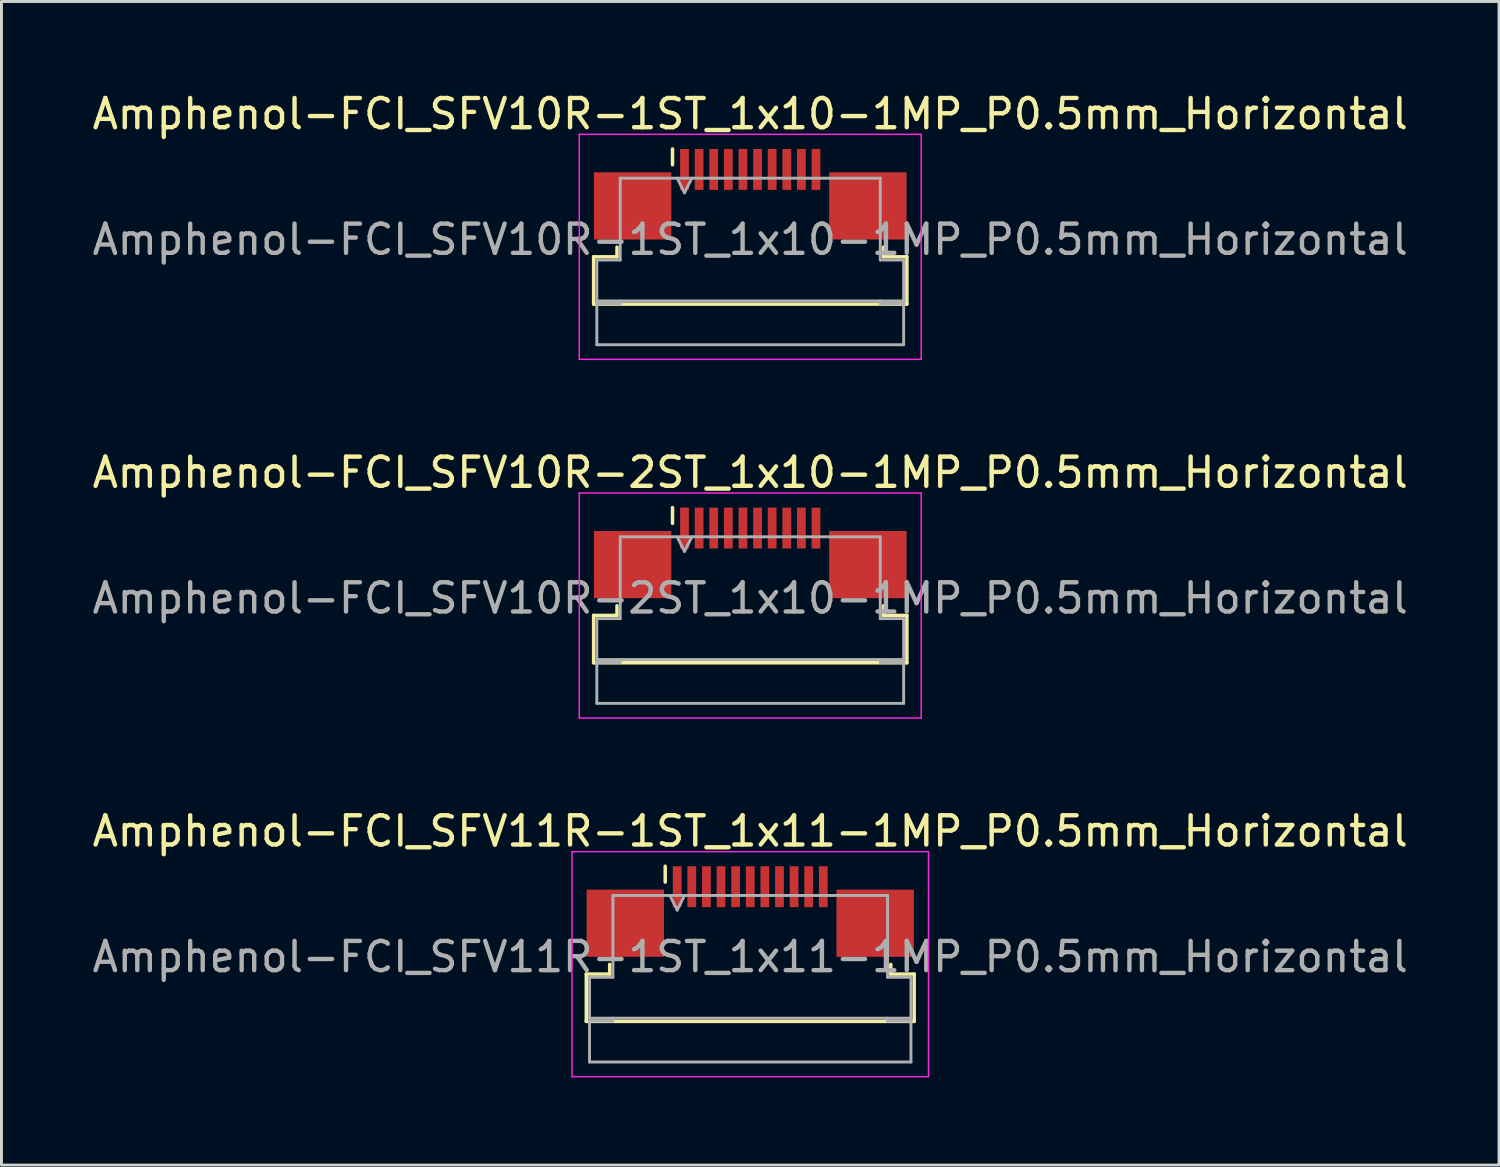
<source format=kicad_pcb>
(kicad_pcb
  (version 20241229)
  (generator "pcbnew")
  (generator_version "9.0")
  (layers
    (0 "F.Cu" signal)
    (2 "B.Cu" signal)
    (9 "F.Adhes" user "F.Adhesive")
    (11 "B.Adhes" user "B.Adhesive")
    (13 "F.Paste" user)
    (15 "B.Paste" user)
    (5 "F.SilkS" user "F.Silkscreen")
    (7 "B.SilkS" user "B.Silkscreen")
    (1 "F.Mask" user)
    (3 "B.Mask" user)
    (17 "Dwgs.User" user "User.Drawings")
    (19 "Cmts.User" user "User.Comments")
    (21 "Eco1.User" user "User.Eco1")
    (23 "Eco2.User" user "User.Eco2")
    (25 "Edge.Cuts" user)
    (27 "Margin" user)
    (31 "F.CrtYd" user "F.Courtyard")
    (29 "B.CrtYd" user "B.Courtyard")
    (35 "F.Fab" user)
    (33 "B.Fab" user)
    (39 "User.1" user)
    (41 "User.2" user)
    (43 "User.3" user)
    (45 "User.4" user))
  (footprint "Amphenol-FCI_SFV11R-1ST_1x11-1MP_P0.5mm_Horizontal"
    (layer "F.Cu")
    (at 22.625 29.295)
    (property "Reference" "Amphenol-FCI_SFV11R-1ST_1x11-1MP_P0.5mm_Horizontal" (at 0 -3.9 0) (layer "F.SilkS") (effects (font (size 1 1) (thickness 0.15))))
    (attr smd)
    (fp_line (start -5.61 0.99) (end -4.81 0.99) (stroke (width 0.12) (type solid)) (layer "F.SilkS"))
    (fp_line (start -5.61 2.61) (end -5.61 0.99) (stroke (width 0.12) (type solid)) (layer "F.SilkS"))
    (fp_line (start -4.81 0.99) (end -4.81 0.66) (stroke (width 0.12) (type solid)) (layer "F.SilkS"))
    (fp_line (start -2.91 -2.16) (end -2.91 -2.7) (stroke (width 0.12) (type solid)) (layer "F.SilkS"))
    (fp_line (start 4.81 0.66) (end 4.81 0.99) (stroke (width 0.12) (type solid)) (layer "F.SilkS"))
    (fp_line (start 4.81 0.99) (end 5.61 0.99) (stroke (width 0.12) (type solid)) (layer "F.SilkS"))
    (fp_line (start 5.61 0.99) (end 5.61 2.61) (stroke (width 0.12) (type solid)) (layer "F.SilkS"))
    (fp_line (start 5.61 2.61) (end -5.61 2.61) (stroke (width 0.12) (type solid)) (layer "F.SilkS"))
    (fp_line (start -6.1 -3.2) (end -6.1 4.5) (stroke (width 0.05) (type solid)) (layer "F.CrtYd"))
    (fp_line (start -6.1 4.5) (end 6.1 4.5) (stroke (width 0.05) (type solid)) (layer "F.CrtYd"))
    (fp_line (start 6.1 -3.2) (end -6.1 -3.2) (stroke (width 0.05) (type solid)) (layer "F.CrtYd"))
    (fp_line (start 6.1 4.5) (end 6.1 -3.2) (stroke (width 0.05) (type solid)) (layer "F.CrtYd"))
    (fp_line (start -5.5 1.1) (end -4.7 1.1) (stroke (width 0.1) (type solid)) (layer "F.Fab"))
    (fp_line (start -5.5 2.5) (end -5.5 1.1) (stroke (width 0.1) (type solid)) (layer "F.Fab"))
    (fp_line (start -5.5 2.6) (end -4.7 2.6) (stroke (width 0.1) (type solid)) (layer "F.Fab"))
    (fp_line (start -5.5 4) (end -5.5 2.6) (stroke (width 0.1) (type solid)) (layer "F.Fab"))
    (fp_line (start -4.7 -1.7) (end 4.7 -1.7) (stroke (width 0.1) (type solid)) (layer "F.Fab"))
    (fp_line (start -4.7 1.1) (end -4.7 -1.7) (stroke (width 0.1) (type solid)) (layer "F.Fab"))
    (fp_line (start -4.7 2.6) (end -4.7 2.5) (stroke (width 0.1) (type solid)) (layer "F.Fab"))
    (fp_line (start -2.75 -1.7) (end -2.5 -1.2) (stroke (width 0.1) (type solid)) (layer "F.Fab"))
    (fp_line (start -2.5 -1.2) (end -2.25 -1.7) (stroke (width 0.1) (type solid)) (layer "F.Fab"))
    (fp_line (start 4.7 -1.7) (end 4.7 1.1) (stroke (width 0.1) (type solid)) (layer "F.Fab"))
    (fp_line (start 4.7 1.1) (end 5.5 1.1) (stroke (width 0.1) (type solid)) (layer "F.Fab"))
    (fp_line (start 4.7 2.5) (end 4.7 2.6) (stroke (width 0.1) (type solid)) (layer "F.Fab"))
    (fp_line (start 4.7 2.6) (end 5.5 2.6) (stroke (width 0.1) (type solid)) (layer "F.Fab"))
    (fp_line (start 5.5 1.1) (end 5.5 2.5) (stroke (width 0.1) (type solid)) (layer "F.Fab"))
    (fp_line (start 5.5 2.5) (end -5.5 2.5) (stroke (width 0.1) (type solid)) (layer "F.Fab"))
    (fp_line (start 5.5 2.6) (end 5.5 4) (stroke (width 0.1) (type solid)) (layer "F.Fab"))
    (fp_line (start 5.5 4) (end -5.5 4) (stroke (width 0.1) (type solid)) (layer "F.Fab"))
    (fp_text user "${REFERENCE}" (at 0 0.4 0) (layer "F.Fab") (effects (font (size 1 1) (thickness 0.15))))
    (pad "1" smd rect (at -2.5 -2) (size 0.3 1.4) (layers "F.Cu" "F.Mask" "F.Paste"))
    (pad "2" smd rect (at -2 -2) (size 0.3 1.4) (layers "F.Cu" "F.Mask" "F.Paste"))
    (pad "3" smd rect (at -1.5 -2) (size 0.3 1.4) (layers "F.Cu" "F.Mask" "F.Paste"))
    (pad "4" smd rect (at -1 -2) (size 0.3 1.4) (layers "F.Cu" "F.Mask" "F.Paste"))
    (pad "5" smd rect (at -0.5 -2) (size 0.3 1.4) (layers "F.Cu" "F.Mask" "F.Paste"))
    (pad "6" smd rect (at 0 -2) (size 0.3 1.4) (layers "F.Cu" "F.Mask" "F.Paste"))
    (pad "7" smd rect (at 0.5 -2) (size 0.3 1.4) (layers "F.Cu" "F.Mask" "F.Paste"))
    (pad "8" smd rect (at 1 -2) (size 0.3 1.4) (layers "F.Cu" "F.Mask" "F.Paste"))
    (pad "9" smd rect (at 1.5 -2) (size 0.3 1.4) (layers "F.Cu" "F.Mask" "F.Paste"))
    (pad "10" smd rect (at 2 -2) (size 0.3 1.4) (layers "F.Cu" "F.Mask" "F.Paste"))
    (pad "11" smd rect (at 2.5 -2) (size 0.3 1.4) (layers "F.Cu" "F.Mask" "F.Paste"))
    (pad "MP" smd rect (at -4.275 -0.75) (size 2.65 2.3) (layers "F.Cu" "F.Mask" "F.Paste"))
    (pad "MP" smd rect (at 4.275 -0.75) (size 2.65 2.3) (layers "F.Cu" "F.Mask" "F.Paste")))
  (footprint "Amphenol-FCI_SFV10R-1ST_1x10-1MP_P0.5mm_Horizontal"
    (layer "F.Cu")
    (at 22.625 4.748)
    (property "Reference" "Amphenol-FCI_SFV10R-1ST_1x10-1MP_P0.5mm_Horizontal" (at 0 -3.9 0) (layer "F.SilkS") (effects (font (size 1 1) (thickness 0.15))))
    (attr smd)
    (fp_line (start -5.36 0.99) (end -4.56 0.99) (stroke (width 0.12) (type solid)) (layer "F.SilkS"))
    (fp_line (start -5.36 2.61) (end -5.36 0.99) (stroke (width 0.12) (type solid)) (layer "F.SilkS"))
    (fp_line (start -4.56 0.99) (end -4.56 0.66) (stroke (width 0.12) (type solid)) (layer "F.SilkS"))
    (fp_line (start -2.66 -2.16) (end -2.66 -2.7) (stroke (width 0.12) (type solid)) (layer "F.SilkS"))
    (fp_line (start 4.56 0.66) (end 4.56 0.99) (stroke (width 0.12) (type solid)) (layer "F.SilkS"))
    (fp_line (start 4.56 0.99) (end 5.36 0.99) (stroke (width 0.12) (type solid)) (layer "F.SilkS"))
    (fp_line (start 5.36 0.99) (end 5.36 2.61) (stroke (width 0.12) (type solid)) (layer "F.SilkS"))
    (fp_line (start 5.36 2.61) (end -5.36 2.61) (stroke (width 0.12) (type solid)) (layer "F.SilkS"))
    (fp_line (start -5.85 -3.2) (end -5.85 4.5) (stroke (width 0.05) (type solid)) (layer "F.CrtYd"))
    (fp_line (start -5.85 4.5) (end 5.85 4.5) (stroke (width 0.05) (type solid)) (layer "F.CrtYd"))
    (fp_line (start 5.85 -3.2) (end -5.85 -3.2) (stroke (width 0.05) (type solid)) (layer "F.CrtYd"))
    (fp_line (start 5.85 4.5) (end 5.85 -3.2) (stroke (width 0.05) (type solid)) (layer "F.CrtYd"))
    (fp_line (start -5.25 1.1) (end -4.45 1.1) (stroke (width 0.1) (type solid)) (layer "F.Fab"))
    (fp_line (start -5.25 2.5) (end -5.25 1.1) (stroke (width 0.1) (type solid)) (layer "F.Fab"))
    (fp_line (start -5.25 2.6) (end -4.45 2.6) (stroke (width 0.1) (type solid)) (layer "F.Fab"))
    (fp_line (start -5.25 4) (end -5.25 2.6) (stroke (width 0.1) (type solid)) (layer "F.Fab"))
    (fp_line (start -4.45 -1.7) (end 4.45 -1.7) (stroke (width 0.1) (type solid)) (layer "F.Fab"))
    (fp_line (start -4.45 1.1) (end -4.45 -1.7) (stroke (width 0.1) (type solid)) (layer "F.Fab"))
    (fp_line (start -4.45 2.6) (end -4.45 2.5) (stroke (width 0.1) (type solid)) (layer "F.Fab"))
    (fp_line (start -2.5 -1.7) (end -2.25 -1.2) (stroke (width 0.1) (type solid)) (layer "F.Fab"))
    (fp_line (start -2.25 -1.2) (end -2 -1.7) (stroke (width 0.1) (type solid)) (layer "F.Fab"))
    (fp_line (start 4.45 -1.7) (end 4.45 1.1) (stroke (width 0.1) (type solid)) (layer "F.Fab"))
    (fp_line (start 4.45 1.1) (end 5.25 1.1) (stroke (width 0.1) (type solid)) (layer "F.Fab"))
    (fp_line (start 4.45 2.5) (end 4.45 2.6) (stroke (width 0.1) (type solid)) (layer "F.Fab"))
    (fp_line (start 4.45 2.6) (end 5.25 2.6) (stroke (width 0.1) (type solid)) (layer "F.Fab"))
    (fp_line (start 5.25 1.1) (end 5.25 2.5) (stroke (width 0.1) (type solid)) (layer "F.Fab"))
    (fp_line (start 5.25 2.5) (end -5.25 2.5) (stroke (width 0.1) (type solid)) (layer "F.Fab"))
    (fp_line (start 5.25 2.6) (end 5.25 4) (stroke (width 0.1) (type solid)) (layer "F.Fab"))
    (fp_line (start 5.25 4) (end -5.25 4) (stroke (width 0.1) (type solid)) (layer "F.Fab"))
    (fp_text user "${REFERENCE}" (at 0 0.4 0) (layer "F.Fab") (effects (font (size 1 1) (thickness 0.15))))
    (pad "1" smd rect (at -2.25 -2) (size 0.3 1.4) (layers "F.Cu" "F.Mask" "F.Paste"))
    (pad "2" smd rect (at -1.75 -2) (size 0.3 1.4) (layers "F.Cu" "F.Mask" "F.Paste"))
    (pad "3" smd rect (at -1.25 -2) (size 0.3 1.4) (layers "F.Cu" "F.Mask" "F.Paste"))
    (pad "4" smd rect (at -0.75 -2) (size 0.3 1.4) (layers "F.Cu" "F.Mask" "F.Paste"))
    (pad "5" smd rect (at -0.25 -2) (size 0.3 1.4) (layers "F.Cu" "F.Mask" "F.Paste"))
    (pad "6" smd rect (at 0.25 -2) (size 0.3 1.4) (layers "F.Cu" "F.Mask" "F.Paste"))
    (pad "7" smd rect (at 0.75 -2) (size 0.3 1.4) (layers "F.Cu" "F.Mask" "F.Paste"))
    (pad "8" smd rect (at 1.25 -2) (size 0.3 1.4) (layers "F.Cu" "F.Mask" "F.Paste"))
    (pad "9" smd rect (at 1.75 -2) (size 0.3 1.4) (layers "F.Cu" "F.Mask" "F.Paste"))
    (pad "10" smd rect (at 2.25 -2) (size 0.3 1.4) (layers "F.Cu" "F.Mask" "F.Paste"))
    (pad "MP" smd rect (at -4.025 -0.75) (size 2.65 2.3) (layers "F.Cu" "F.Mask" "F.Paste"))
    (pad "MP" smd rect (at 4.025 -0.75) (size 2.65 2.3) (layers "F.Cu" "F.Mask" "F.Paste")))
  (footprint "Amphenol-FCI_SFV10R-2ST_1x10-1MP_P0.5mm_Horizontal"
    (layer "F.Cu")
    (at 22.625 17.021)
    (property "Reference" "Amphenol-FCI_SFV10R-2ST_1x10-1MP_P0.5mm_Horizontal" (at 0 -3.9 0) (layer "F.SilkS") (effects (font (size 1 1) (thickness 0.15))))
    (attr smd)
    (fp_line (start -5.36 0.99) (end -4.56 0.99) (stroke (width 0.12) (type solid)) (layer "F.SilkS"))
    (fp_line (start -5.36 2.61) (end -5.36 0.99) (stroke (width 0.12) (type solid)) (layer "F.SilkS"))
    (fp_line (start -4.56 0.99) (end -4.56 0.66) (stroke (width 0.12) (type solid)) (layer "F.SilkS"))
    (fp_line (start -2.66 -2.16) (end -2.66 -2.7) (stroke (width 0.12) (type solid)) (layer "F.SilkS"))
    (fp_line (start 4.56 0.66) (end 4.56 0.99) (stroke (width 0.12) (type solid)) (layer "F.SilkS"))
    (fp_line (start 4.56 0.99) (end 5.36 0.99) (stroke (width 0.12) (type solid)) (layer "F.SilkS"))
    (fp_line (start 5.36 0.99) (end 5.36 2.61) (stroke (width 0.12) (type solid)) (layer "F.SilkS"))
    (fp_line (start 5.36 2.61) (end -5.36 2.61) (stroke (width 0.12) (type solid)) (layer "F.SilkS"))
    (fp_line (start -5.85 -3.2) (end -5.85 4.5) (stroke (width 0.05) (type solid)) (layer "F.CrtYd"))
    (fp_line (start -5.85 4.5) (end 5.85 4.5) (stroke (width 0.05) (type solid)) (layer "F.CrtYd"))
    (fp_line (start 5.85 -3.2) (end -5.85 -3.2) (stroke (width 0.05) (type solid)) (layer "F.CrtYd"))
    (fp_line (start 5.85 4.5) (end 5.85 -3.2) (stroke (width 0.05) (type solid)) (layer "F.CrtYd"))
    (fp_line (start -5.25 1.1) (end -4.45 1.1) (stroke (width 0.1) (type solid)) (layer "F.Fab"))
    (fp_line (start -5.25 2.5) (end -5.25 1.1) (stroke (width 0.1) (type solid)) (layer "F.Fab"))
    (fp_line (start -5.25 2.6) (end -4.45 2.6) (stroke (width 0.1) (type solid)) (layer "F.Fab"))
    (fp_line (start -5.25 4) (end -5.25 2.6) (stroke (width 0.1) (type solid)) (layer "F.Fab"))
    (fp_line (start -4.45 -1.7) (end 4.45 -1.7) (stroke (width 0.1) (type solid)) (layer "F.Fab"))
    (fp_line (start -4.45 1.1) (end -4.45 -1.7) (stroke (width 0.1) (type solid)) (layer "F.Fab"))
    (fp_line (start -4.45 2.6) (end -4.45 2.5) (stroke (width 0.1) (type solid)) (layer "F.Fab"))
    (fp_line (start -2.5 -1.7) (end -2.25 -1.2) (stroke (width 0.1) (type solid)) (layer "F.Fab"))
    (fp_line (start -2.25 -1.2) (end -2 -1.7) (stroke (width 0.1) (type solid)) (layer "F.Fab"))
    (fp_line (start 4.45 -1.7) (end 4.45 1.1) (stroke (width 0.1) (type solid)) (layer "F.Fab"))
    (fp_line (start 4.45 1.1) (end 5.25 1.1) (stroke (width 0.1) (type solid)) (layer "F.Fab"))
    (fp_line (start 4.45 2.5) (end 4.45 2.6) (stroke (width 0.1) (type solid)) (layer "F.Fab"))
    (fp_line (start 4.45 2.6) (end 5.25 2.6) (stroke (width 0.1) (type solid)) (layer "F.Fab"))
    (fp_line (start 5.25 1.1) (end 5.25 2.5) (stroke (width 0.1) (type solid)) (layer "F.Fab"))
    (fp_line (start 5.25 2.5) (end -5.25 2.5) (stroke (width 0.1) (type solid)) (layer "F.Fab"))
    (fp_line (start 5.25 2.6) (end 5.25 4) (stroke (width 0.1) (type solid)) (layer "F.Fab"))
    (fp_line (start 5.25 4) (end -5.25 4) (stroke (width 0.1) (type solid)) (layer "F.Fab"))
    (fp_text user "${REFERENCE}" (at 0 0.4 0) (layer "F.Fab") (effects (font (size 1 1) (thickness 0.15))))
    (pad "1" smd rect (at -2.25 -2) (size 0.3 1.4) (layers "F.Cu" "F.Mask" "F.Paste"))
    (pad "2" smd rect (at -1.75 -2) (size 0.3 1.4) (layers "F.Cu" "F.Mask" "F.Paste"))
    (pad "3" smd rect (at -1.25 -2) (size 0.3 1.4) (layers "F.Cu" "F.Mask" "F.Paste"))
    (pad "4" smd rect (at -0.75 -2) (size 0.3 1.4) (layers "F.Cu" "F.Mask" "F.Paste"))
    (pad "5" smd rect (at -0.25 -2) (size 0.3 1.4) (layers "F.Cu" "F.Mask" "F.Paste"))
    (pad "6" smd rect (at 0.25 -2) (size 0.3 1.4) (layers "F.Cu" "F.Mask" "F.Paste"))
    (pad "7" smd rect (at 0.75 -2) (size 0.3 1.4) (layers "F.Cu" "F.Mask" "F.Paste"))
    (pad "8" smd rect (at 1.25 -2) (size 0.3 1.4) (layers "F.Cu" "F.Mask" "F.Paste"))
    (pad "9" smd rect (at 1.75 -2) (size 0.3 1.4) (layers "F.Cu" "F.Mask" "F.Paste"))
    (pad "10" smd rect (at 2.25 -2) (size 0.3 1.4) (layers "F.Cu" "F.Mask" "F.Paste"))
    (pad "MP" smd rect (at -4.025 -0.75) (size 2.65 2.3) (layers "F.Cu" "F.Mask" "F.Paste"))
    (pad "MP" smd rect (at 4.025 -0.75) (size 2.65 2.3) (layers "F.Cu" "F.Mask" "F.Paste")))
  (gr_rect
    (start -3 -3)
    (end 48.25 36.82)
    (stroke (width 0.1) (type default))
    (fill no)
    (layer "Edge.Cuts")))
</source>
